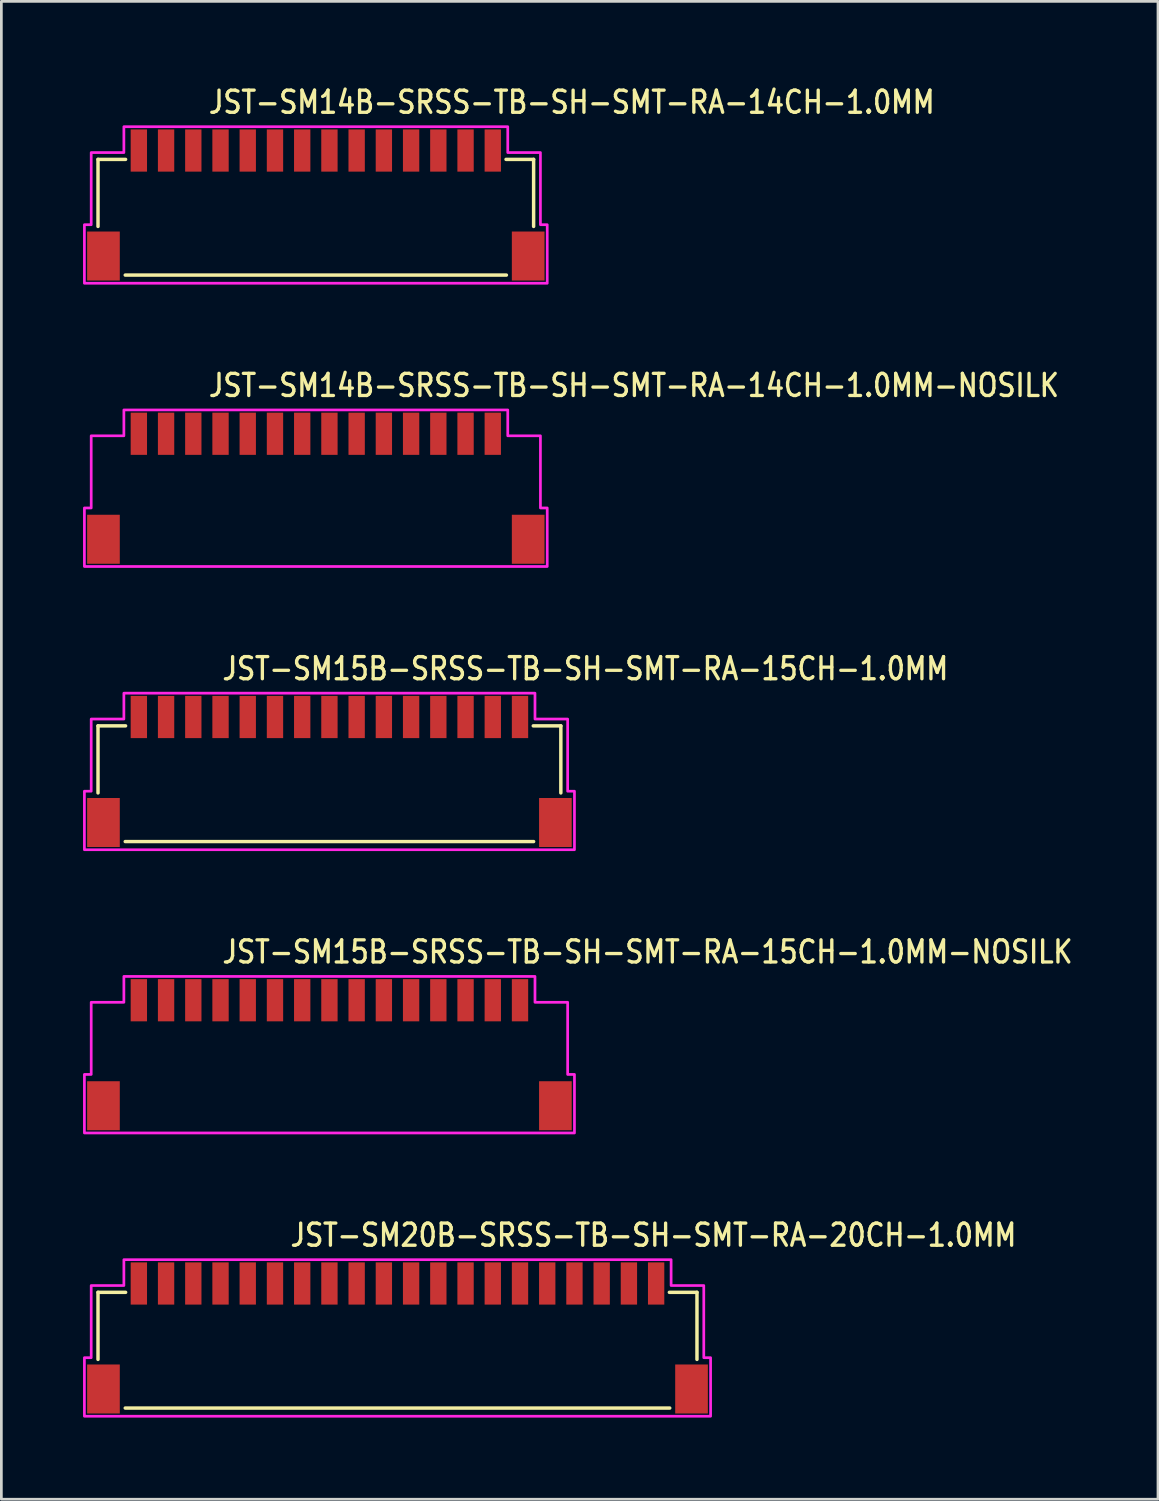
<source format=kicad_pcb>
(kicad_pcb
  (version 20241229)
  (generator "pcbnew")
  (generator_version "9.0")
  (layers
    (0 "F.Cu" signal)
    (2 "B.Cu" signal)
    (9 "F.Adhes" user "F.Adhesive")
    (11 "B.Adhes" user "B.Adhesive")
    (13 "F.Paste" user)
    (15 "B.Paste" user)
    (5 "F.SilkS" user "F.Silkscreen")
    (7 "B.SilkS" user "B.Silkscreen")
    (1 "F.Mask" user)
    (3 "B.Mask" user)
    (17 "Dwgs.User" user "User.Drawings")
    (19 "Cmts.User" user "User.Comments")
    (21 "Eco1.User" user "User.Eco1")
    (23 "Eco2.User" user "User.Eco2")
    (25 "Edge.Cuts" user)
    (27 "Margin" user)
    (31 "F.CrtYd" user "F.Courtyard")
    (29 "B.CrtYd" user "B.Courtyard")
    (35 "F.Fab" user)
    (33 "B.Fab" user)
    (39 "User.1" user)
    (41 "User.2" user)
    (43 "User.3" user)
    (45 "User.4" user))
  (footprint "JST-SM15B-SRSS-TB-SH-SMT-RA-15CH-1.0MM"
    (layer "F.Cu")
    (at 9.05 25.286)
    (property "Reference" "JST-SM15B-SRSS-TB-SH-SMT-RA-15CH-1.0MM" (at -4 -3.3 0) (unlocked yes) (layer "F.SilkS") (effects (font (size 0.813 0.695) (thickness 0.122)) (justify left bottom)))
    (fp_line (start -8.5 -1.675) (end -7.487 -1.675) (stroke (width 0.127) (type solid)) (layer "F.SilkS"))
    (fp_line (start -8.5 0.788) (end -8.5 -1.675) (stroke (width 0.127) (type solid)) (layer "F.SilkS"))
    (fp_line (start -7.5 2.575) (end 7.5 2.575) (stroke (width 0.127) (type solid)) (layer "F.SilkS"))
    (fp_line (start 7.487 -1.675) (end 8.5 -1.675) (stroke (width 0.127) (type solid)) (layer "F.SilkS"))
    (fp_line (start 8.5 -1.675) (end 8.5 0.788) (stroke (width 0.127) (type solid)) (layer "F.SilkS"))
    (fp_poly (pts (xy -9 2.875) (xy -9 0.725) (xy -8.75 0.725) (xy -8.75 -1.925) (xy -7.55 -1.925) (xy -7.55 -2.875) (xy 7.55 -2.875) (xy 7.55 -1.925) (xy 8.75 -1.925) (xy 8.75 0.725) (xy 9 0.725) (xy 9 2.875)) (stroke (width 0.1) (type solid)) (fill no) (layer "F.CrtYd"))
    (pad "1" smd rect (at -7 -2) (size 0.6 1.55) (layers "F.Cu" "F.Mask" "F.Paste"))
    (pad "2" smd rect (at -6 -2) (size 0.6 1.55) (layers "F.Cu" "F.Mask" "F.Paste"))
    (pad "3" smd rect (at -5 -2) (size 0.6 1.55) (layers "F.Cu" "F.Mask" "F.Paste"))
    (pad "4" smd rect (at -4 -2) (size 0.6 1.55) (layers "F.Cu" "F.Mask" "F.Paste"))
    (pad "5" smd rect (at -3 -2) (size 0.6 1.55) (layers "F.Cu" "F.Mask" "F.Paste"))
    (pad "6" smd rect (at -2 -2) (size 0.6 1.55) (layers "F.Cu" "F.Mask" "F.Paste"))
    (pad "7" smd rect (at -1 -2) (size 0.6 1.55) (layers "F.Cu" "F.Mask" "F.Paste"))
    (pad "8" smd rect (at 0 -2) (size 0.6 1.55) (layers "F.Cu" "F.Mask" "F.Paste"))
    (pad "9" smd rect (at 1 -2) (size 0.6 1.55) (layers "F.Cu" "F.Mask" "F.Paste"))
    (pad "10" smd rect (at 2 -2) (size 0.6 1.55) (layers "F.Cu" "F.Mask" "F.Paste"))
    (pad "11" smd rect (at 3 -2) (size 0.6 1.55) (layers "F.Cu" "F.Mask" "F.Paste"))
    (pad "12" smd rect (at 4 -2) (size 0.6 1.55) (layers "F.Cu" "F.Mask" "F.Paste"))
    (pad "13" smd rect (at 5 -2) (size 0.6 1.55) (layers "F.Cu" "F.Mask" "F.Paste"))
    (pad "14" smd rect (at 6 -2) (size 0.6 1.55) (layers "F.Cu" "F.Mask" "F.Paste"))
    (pad "15" smd rect (at 7 -2) (size 0.6 1.55) (layers "F.Cu" "F.Mask" "F.Paste"))
    (pad "S_14" smd rect (at -8.3 1.875) (size 1.2 1.8) (layers "F.Cu" "F.Mask" "F.Paste"))
    (pad "S_15" smd rect (at 8.3 1.875) (size 1.2 1.8) (layers "F.Cu" "F.Mask" "F.Paste")))
  (footprint "JST-SM15B-SRSS-TB-SH-SMT-RA-15CH-1.0MM-NOSILK"
    (layer "F.Cu")
    (at 9.05 35.689)
    (property "Reference" "JST-SM15B-SRSS-TB-SH-SMT-RA-15CH-1.0MM-NOSILK" (at -4 -3.3 0) (unlocked yes) (layer "F.SilkS") (effects (font (size 0.813 0.695) (thickness 0.122)) (justify left bottom)))
    (fp_poly (pts (xy -9 2.875) (xy -9 0.725) (xy -8.75 0.725) (xy -8.75 -1.925) (xy -7.55 -1.925) (xy -7.55 -2.875) (xy 7.55 -2.875) (xy 7.55 -1.925) (xy 8.75 -1.925) (xy 8.75 0.725) (xy 9 0.725) (xy 9 2.875)) (stroke (width 0.1) (type solid)) (fill no) (layer "F.CrtYd"))
    (pad "1" smd rect (at -7 -2) (size 0.6 1.55) (layers "F.Cu" "F.Mask" "F.Paste"))
    (pad "2" smd rect (at -6 -2) (size 0.6 1.55) (layers "F.Cu" "F.Mask" "F.Paste"))
    (pad "3" smd rect (at -5 -2) (size 0.6 1.55) (layers "F.Cu" "F.Mask" "F.Paste"))
    (pad "4" smd rect (at -4 -2) (size 0.6 1.55) (layers "F.Cu" "F.Mask" "F.Paste"))
    (pad "5" smd rect (at -3 -2) (size 0.6 1.55) (layers "F.Cu" "F.Mask" "F.Paste"))
    (pad "6" smd rect (at -2 -2) (size 0.6 1.55) (layers "F.Cu" "F.Mask" "F.Paste"))
    (pad "7" smd rect (at -1 -2) (size 0.6 1.55) (layers "F.Cu" "F.Mask" "F.Paste"))
    (pad "8" smd rect (at 0 -2) (size 0.6 1.55) (layers "F.Cu" "F.Mask" "F.Paste"))
    (pad "9" smd rect (at 1 -2) (size 0.6 1.55) (layers "F.Cu" "F.Mask" "F.Paste"))
    (pad "10" smd rect (at 2 -2) (size 0.6 1.55) (layers "F.Cu" "F.Mask" "F.Paste"))
    (pad "11" smd rect (at 3 -2) (size 0.6 1.55) (layers "F.Cu" "F.Mask" "F.Paste"))
    (pad "12" smd rect (at 4 -2) (size 0.6 1.55) (layers "F.Cu" "F.Mask" "F.Paste"))
    (pad "13" smd rect (at 5 -2) (size 0.6 1.55) (layers "F.Cu" "F.Mask" "F.Paste"))
    (pad "14" smd rect (at 6 -2) (size 0.6 1.55) (layers "F.Cu" "F.Mask" "F.Paste"))
    (pad "15" smd rect (at 7 -2) (size 0.6 1.55) (layers "F.Cu" "F.Mask" "F.Paste"))
    (pad "S_15" smd rect (at -8.3 1.875) (size 1.2 1.8) (layers "F.Cu" "F.Mask" "F.Paste"))
    (pad "S_16" smd rect (at 8.3 1.875) (size 1.2 1.8) (layers "F.Cu" "F.Mask" "F.Paste")))
  (footprint "JST-SM20B-SRSS-TB-SH-SMT-RA-20CH-1.0MM"
    (layer "F.Cu")
    (at 11.55 46.093)
    (property "Reference" "JST-SM20B-SRSS-TB-SH-SMT-RA-20CH-1.0MM" (at -4 -3.3 0) (unlocked yes) (layer "F.SilkS") (effects (font (size 0.813 0.695) (thickness 0.122)) (justify left bottom)))
    (fp_line (start -11 -1.675) (end -9.986 -1.675) (stroke (width 0.127) (type solid)) (layer "F.SilkS"))
    (fp_line (start -11 0.788) (end -11 -1.675) (stroke (width 0.127) (type solid)) (layer "F.SilkS"))
    (fp_line (start -10 2.575) (end 10 2.575) (stroke (width 0.127) (type solid)) (layer "F.SilkS"))
    (fp_line (start 9.986 -1.675) (end 11 -1.675) (stroke (width 0.127) (type solid)) (layer "F.SilkS"))
    (fp_line (start 11 -1.675) (end 11 0.788) (stroke (width 0.127) (type solid)) (layer "F.SilkS"))
    (fp_poly (pts (xy -11.5 2.875) (xy -11.5 0.725) (xy -11.25 0.725) (xy -11.25 -1.925) (xy -10.05 -1.925) (xy -10.05 -2.875) (xy 10.05 -2.875) (xy 10.05 -1.925) (xy 11.25 -1.925) (xy 11.25 0.725) (xy 11.5 0.725) (xy 11.5 2.875)) (stroke (width 0.1) (type solid)) (fill no) (layer "F.CrtYd"))
    (pad "1" smd rect (at -9.5 -2) (size 0.6 1.55) (layers "F.Cu" "F.Mask" "F.Paste"))
    (pad "2" smd rect (at -8.5 -2) (size 0.6 1.55) (layers "F.Cu" "F.Mask" "F.Paste"))
    (pad "3" smd rect (at -7.5 -2) (size 0.6 1.55) (layers "F.Cu" "F.Mask" "F.Paste"))
    (pad "4" smd rect (at -6.5 -2) (size 0.6 1.55) (layers "F.Cu" "F.Mask" "F.Paste"))
    (pad "5" smd rect (at -5.5 -2) (size 0.6 1.55) (layers "F.Cu" "F.Mask" "F.Paste"))
    (pad "6" smd rect (at -4.5 -2) (size 0.6 1.55) (layers "F.Cu" "F.Mask" "F.Paste"))
    (pad "7" smd rect (at -3.5 -2) (size 0.6 1.55) (layers "F.Cu" "F.Mask" "F.Paste"))
    (pad "8" smd rect (at -2.5 -2) (size 0.6 1.55) (layers "F.Cu" "F.Mask" "F.Paste"))
    (pad "9" smd rect (at -1.5 -2) (size 0.6 1.55) (layers "F.Cu" "F.Mask" "F.Paste"))
    (pad "10" smd rect (at -0.5 -2) (size 0.6 1.55) (layers "F.Cu" "F.Mask" "F.Paste"))
    (pad "11" smd rect (at 0.5 -2) (size 0.6 1.55) (layers "F.Cu" "F.Mask" "F.Paste"))
    (pad "12" smd rect (at 1.5 -2) (size 0.6 1.55) (layers "F.Cu" "F.Mask" "F.Paste"))
    (pad "13" smd rect (at 2.5 -2) (size 0.6 1.55) (layers "F.Cu" "F.Mask" "F.Paste"))
    (pad "14" smd rect (at 3.5 -2) (size 0.6 1.55) (layers "F.Cu" "F.Mask" "F.Paste"))
    (pad "15" smd rect (at 4.5 -2) (size 0.6 1.55) (layers "F.Cu" "F.Mask" "F.Paste"))
    (pad "16" smd rect (at 5.5 -2) (size 0.6 1.55) (layers "F.Cu" "F.Mask" "F.Paste"))
    (pad "17" smd rect (at 6.5 -2) (size 0.6 1.55) (layers "F.Cu" "F.Mask" "F.Paste"))
    (pad "18" smd rect (at 7.5 -2) (size 0.6 1.55) (layers "F.Cu" "F.Mask" "F.Paste"))
    (pad "19" smd rect (at 8.5 -2) (size 0.6 1.55) (layers "F.Cu" "F.Mask" "F.Paste"))
    (pad "20" smd rect (at 9.5 -2) (size 0.6 1.55) (layers "F.Cu" "F.Mask" "F.Paste"))
    (pad "S_15" smd rect (at -10.8 1.875) (size 1.2 1.8) (layers "F.Cu" "F.Mask" "F.Paste"))
    (pad "S_16" smd rect (at 10.8 1.875) (size 1.2 1.8) (layers "F.Cu" "F.Mask" "F.Paste")))
  (footprint "JST-SM14B-SRSS-TB-SH-SMT-RA-14CH-1.0MM-NOSILK"
    (layer "F.Cu")
    (at 8.55 14.882)
    (property "Reference" "JST-SM14B-SRSS-TB-SH-SMT-RA-14CH-1.0MM-NOSILK" (at -4 -3.3 0) (unlocked yes) (layer "F.SilkS") (effects (font (size 0.813 0.695) (thickness 0.122)) (justify left bottom)))
    (fp_poly (pts (xy -8.5 2.875) (xy -8.5 0.725) (xy -8.25 0.725) (xy -8.25 -1.925) (xy -7.05 -1.925) (xy -7.05 -2.875) (xy 7.05 -2.875) (xy 7.05 -1.925) (xy 8.25 -1.925) (xy 8.25 0.725) (xy 8.5 0.725) (xy 8.5 2.875)) (stroke (width 0.1) (type solid)) (fill no) (layer "F.CrtYd"))
    (pad "1" smd rect (at -6.5 -2) (size 0.6 1.55) (layers "F.Cu" "F.Mask" "F.Paste"))
    (pad "2" smd rect (at -5.5 -2) (size 0.6 1.55) (layers "F.Cu" "F.Mask" "F.Paste"))
    (pad "3" smd rect (at -4.5 -2) (size 0.6 1.55) (layers "F.Cu" "F.Mask" "F.Paste"))
    (pad "4" smd rect (at -3.5 -2) (size 0.6 1.55) (layers "F.Cu" "F.Mask" "F.Paste"))
    (pad "5" smd rect (at -2.5 -2) (size 0.6 1.55) (layers "F.Cu" "F.Mask" "F.Paste"))
    (pad "6" smd rect (at -1.5 -2) (size 0.6 1.55) (layers "F.Cu" "F.Mask" "F.Paste"))
    (pad "7" smd rect (at -0.5 -2) (size 0.6 1.55) (layers "F.Cu" "F.Mask" "F.Paste"))
    (pad "8" smd rect (at 0.5 -2) (size 0.6 1.55) (layers "F.Cu" "F.Mask" "F.Paste"))
    (pad "9" smd rect (at 1.5 -2) (size 0.6 1.55) (layers "F.Cu" "F.Mask" "F.Paste"))
    (pad "10" smd rect (at 2.5 -2) (size 0.6 1.55) (layers "F.Cu" "F.Mask" "F.Paste"))
    (pad "11" smd rect (at 3.5 -2) (size 0.6 1.55) (layers "F.Cu" "F.Mask" "F.Paste"))
    (pad "12" smd rect (at 4.5 -2) (size 0.6 1.55) (layers "F.Cu" "F.Mask" "F.Paste"))
    (pad "13" smd rect (at 5.5 -2) (size 0.6 1.55) (layers "F.Cu" "F.Mask" "F.Paste"))
    (pad "14" smd rect (at 6.5 -2) (size 0.6 1.55) (layers "F.Cu" "F.Mask" "F.Paste"))
    (pad "S_14" smd rect (at -7.8 1.875) (size 1.2 1.8) (layers "F.Cu" "F.Mask" "F.Paste"))
    (pad "S_15" smd rect (at 7.8 1.875) (size 1.2 1.8) (layers "F.Cu" "F.Mask" "F.Paste")))
  (footprint "JST-SM14B-SRSS-TB-SH-SMT-RA-14CH-1.0MM"
    (layer "F.Cu")
    (at 8.55 4.479)
    (property "Reference" "JST-SM14B-SRSS-TB-SH-SMT-RA-14CH-1.0MM" (at -4 -3.3 0) (unlocked yes) (layer "F.SilkS") (effects (font (size 0.813 0.695) (thickness 0.122)) (justify left bottom)))
    (fp_line (start -8 -1.675) (end -6.987 -1.675) (stroke (width 0.127) (type solid)) (layer "F.SilkS"))
    (fp_line (start -8 0.788) (end -8 -1.675) (stroke (width 0.127) (type solid)) (layer "F.SilkS"))
    (fp_line (start -7 2.575) (end 7 2.575) (stroke (width 0.127) (type solid)) (layer "F.SilkS"))
    (fp_line (start 6.987 -1.675) (end 8 -1.675) (stroke (width 0.127) (type solid)) (layer "F.SilkS"))
    (fp_line (start 8 -1.675) (end 8 0.788) (stroke (width 0.127) (type solid)) (layer "F.SilkS"))
    (fp_poly (pts (xy -8.5 2.875) (xy -8.5 0.725) (xy -8.25 0.725) (xy -8.25 -1.925) (xy -7.05 -1.925) (xy -7.05 -2.875) (xy 7.05 -2.875) (xy 7.05 -1.925) (xy 8.25 -1.925) (xy 8.25 0.725) (xy 8.5 0.725) (xy 8.5 2.875)) (stroke (width 0.1) (type solid)) (fill no) (layer "F.CrtYd"))
    (pad "1" smd rect (at -6.5 -2) (size 0.6 1.55) (layers "F.Cu" "F.Mask" "F.Paste"))
    (pad "2" smd rect (at -5.5 -2) (size 0.6 1.55) (layers "F.Cu" "F.Mask" "F.Paste"))
    (pad "3" smd rect (at -4.5 -2) (size 0.6 1.55) (layers "F.Cu" "F.Mask" "F.Paste"))
    (pad "4" smd rect (at -3.5 -2) (size 0.6 1.55) (layers "F.Cu" "F.Mask" "F.Paste"))
    (pad "5" smd rect (at -2.5 -2) (size 0.6 1.55) (layers "F.Cu" "F.Mask" "F.Paste"))
    (pad "6" smd rect (at -1.5 -2) (size 0.6 1.55) (layers "F.Cu" "F.Mask" "F.Paste"))
    (pad "7" smd rect (at -0.5 -2) (size 0.6 1.55) (layers "F.Cu" "F.Mask" "F.Paste"))
    (pad "8" smd rect (at 0.5 -2) (size 0.6 1.55) (layers "F.Cu" "F.Mask" "F.Paste"))
    (pad "9" smd rect (at 1.5 -2) (size 0.6 1.55) (layers "F.Cu" "F.Mask" "F.Paste"))
    (pad "10" smd rect (at 2.5 -2) (size 0.6 1.55) (layers "F.Cu" "F.Mask" "F.Paste"))
    (pad "11" smd rect (at 3.5 -2) (size 0.6 1.55) (layers "F.Cu" "F.Mask" "F.Paste"))
    (pad "12" smd rect (at 4.5 -2) (size 0.6 1.55) (layers "F.Cu" "F.Mask" "F.Paste"))
    (pad "13" smd rect (at 5.5 -2) (size 0.6 1.55) (layers "F.Cu" "F.Mask" "F.Paste"))
    (pad "14" smd rect (at 6.5 -2) (size 0.6 1.55) (layers "F.Cu" "F.Mask" "F.Paste"))
    (pad "S_13" smd rect (at -7.8 1.875) (size 1.2 1.8) (layers "F.Cu" "F.Mask" "F.Paste"))
    (pad "S_14" smd rect (at 7.8 1.875) (size 1.2 1.8) (layers "F.Cu" "F.Mask" "F.Paste")))
  (gr_rect
    (start -3 -3)
    (end 39.483 52.018)
    (stroke (width 0.1) (type default))
    (fill no)
    (layer "Edge.Cuts")))
</source>
